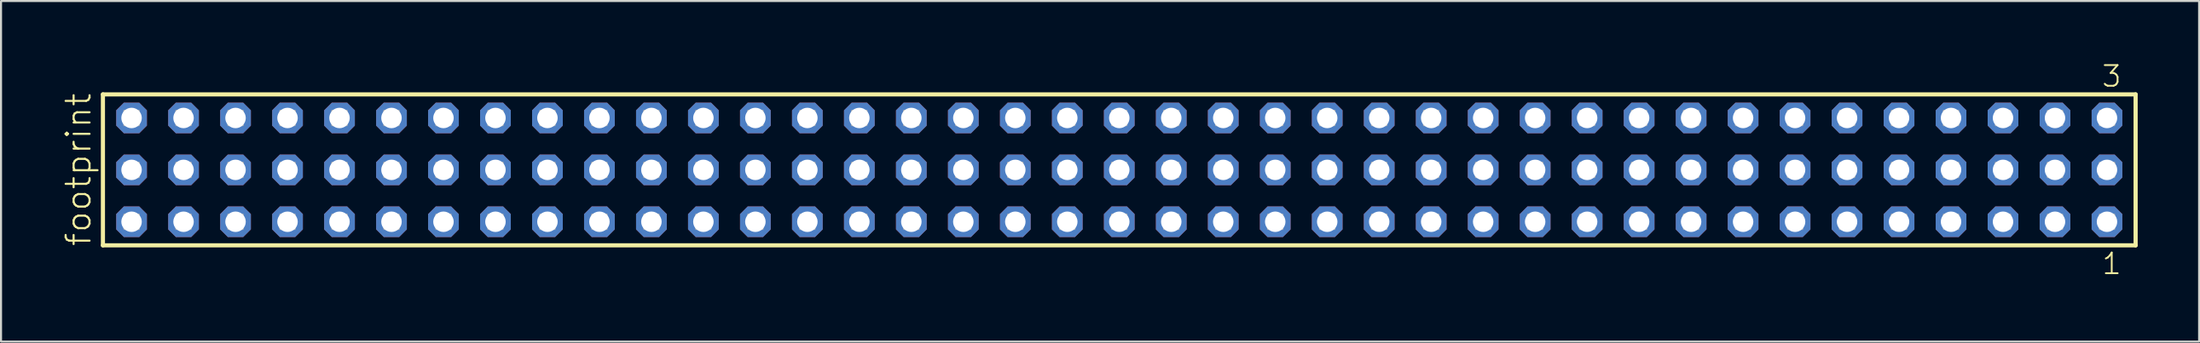
<source format=kicad_pcb>
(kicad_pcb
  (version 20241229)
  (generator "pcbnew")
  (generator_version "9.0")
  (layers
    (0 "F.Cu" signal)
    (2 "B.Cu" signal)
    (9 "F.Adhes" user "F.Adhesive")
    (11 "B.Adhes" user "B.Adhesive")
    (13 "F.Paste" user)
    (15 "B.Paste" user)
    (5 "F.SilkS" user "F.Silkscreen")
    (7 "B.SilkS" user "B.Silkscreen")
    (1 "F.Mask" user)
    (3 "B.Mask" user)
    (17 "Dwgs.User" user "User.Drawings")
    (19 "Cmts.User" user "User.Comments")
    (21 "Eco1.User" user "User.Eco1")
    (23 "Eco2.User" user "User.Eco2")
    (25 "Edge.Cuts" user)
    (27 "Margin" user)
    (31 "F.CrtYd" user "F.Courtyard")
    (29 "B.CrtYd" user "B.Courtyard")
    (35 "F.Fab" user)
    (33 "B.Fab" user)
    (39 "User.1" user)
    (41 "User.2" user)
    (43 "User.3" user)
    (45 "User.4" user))
  (footprint "footprint"
    (layer "F.Cu")
    (at 51.638 5.265)
    (property "Reference" "footprint" (at -50.165 3.81 90) (layer "F.SilkS") (effects (font (size 1.168 1.168) (thickness 0.102)) (justify left bottom)))
    (fp_line (start -49.659 -3.695) (end 49.659 -3.695) (stroke (width 0.203) (type solid)) (layer "F.SilkS"))
    (fp_line (start -49.659 3.695) (end -49.659 -3.695) (stroke (width 0.203) (type solid)) (layer "F.SilkS"))
    (fp_line (start 49.659 -3.695) (end 49.659 3.695) (stroke (width 0.203) (type solid)) (layer "F.SilkS"))
    (fp_line (start 49.659 3.695) (end -49.659 3.695) (stroke (width 0.203) (type solid)) (layer "F.SilkS"))
    (fp_poly (pts (xy -48.61 -2.19) (xy -47.91 -2.19) (xy -47.91 -2.89) (xy -48.61 -2.89)) (stroke (width 0.1) (type solid)) (fill no) (layer "F.Fab"))
    (fp_poly (pts (xy -48.61 0.35) (xy -47.91 0.35) (xy -47.91 -0.35) (xy -48.61 -0.35)) (stroke (width 0.1) (type solid)) (fill no) (layer "F.Fab"))
    (fp_poly (pts (xy -48.61 2.89) (xy -47.91 2.89) (xy -47.91 2.19) (xy -48.61 2.19)) (stroke (width 0.1) (type solid)) (fill no) (layer "F.Fab"))
    (fp_poly (pts (xy -46.07 -2.19) (xy -45.37 -2.19) (xy -45.37 -2.89) (xy -46.07 -2.89)) (stroke (width 0.1) (type solid)) (fill no) (layer "F.Fab"))
    (fp_poly (pts (xy -46.07 0.35) (xy -45.37 0.35) (xy -45.37 -0.35) (xy -46.07 -0.35)) (stroke (width 0.1) (type solid)) (fill no) (layer "F.Fab"))
    (fp_poly (pts (xy -46.07 2.89) (xy -45.37 2.89) (xy -45.37 2.19) (xy -46.07 2.19)) (stroke (width 0.1) (type solid)) (fill no) (layer "F.Fab"))
    (fp_poly (pts (xy -43.53 -2.19) (xy -42.83 -2.19) (xy -42.83 -2.89) (xy -43.53 -2.89)) (stroke (width 0.1) (type solid)) (fill no) (layer "F.Fab"))
    (fp_poly (pts (xy -43.53 0.35) (xy -42.83 0.35) (xy -42.83 -0.35) (xy -43.53 -0.35)) (stroke (width 0.1) (type solid)) (fill no) (layer "F.Fab"))
    (fp_poly (pts (xy -43.53 2.89) (xy -42.83 2.89) (xy -42.83 2.19) (xy -43.53 2.19)) (stroke (width 0.1) (type solid)) (fill no) (layer "F.Fab"))
    (fp_poly (pts (xy -40.99 -2.19) (xy -40.29 -2.19) (xy -40.29 -2.89) (xy -40.99 -2.89)) (stroke (width 0.1) (type solid)) (fill no) (layer "F.Fab"))
    (fp_poly (pts (xy -40.99 0.35) (xy -40.29 0.35) (xy -40.29 -0.35) (xy -40.99 -0.35)) (stroke (width 0.1) (type solid)) (fill no) (layer "F.Fab"))
    (fp_poly (pts (xy -40.99 2.89) (xy -40.29 2.89) (xy -40.29 2.19) (xy -40.99 2.19)) (stroke (width 0.1) (type solid)) (fill no) (layer "F.Fab"))
    (fp_poly (pts (xy -38.45 -2.19) (xy -37.75 -2.19) (xy -37.75 -2.89) (xy -38.45 -2.89)) (stroke (width 0.1) (type solid)) (fill no) (layer "F.Fab"))
    (fp_poly (pts (xy -38.45 0.35) (xy -37.75 0.35) (xy -37.75 -0.35) (xy -38.45 -0.35)) (stroke (width 0.1) (type solid)) (fill no) (layer "F.Fab"))
    (fp_poly (pts (xy -38.45 2.89) (xy -37.75 2.89) (xy -37.75 2.19) (xy -38.45 2.19)) (stroke (width 0.1) (type solid)) (fill no) (layer "F.Fab"))
    (fp_poly (pts (xy -35.91 -2.19) (xy -35.21 -2.19) (xy -35.21 -2.89) (xy -35.91 -2.89)) (stroke (width 0.1) (type solid)) (fill no) (layer "F.Fab"))
    (fp_poly (pts (xy -35.91 0.35) (xy -35.21 0.35) (xy -35.21 -0.35) (xy -35.91 -0.35)) (stroke (width 0.1) (type solid)) (fill no) (layer "F.Fab"))
    (fp_poly (pts (xy -35.91 2.89) (xy -35.21 2.89) (xy -35.21 2.19) (xy -35.91 2.19)) (stroke (width 0.1) (type solid)) (fill no) (layer "F.Fab"))
    (fp_poly (pts (xy -33.37 -2.19) (xy -32.67 -2.19) (xy -32.67 -2.89) (xy -33.37 -2.89)) (stroke (width 0.1) (type solid)) (fill no) (layer "F.Fab"))
    (fp_poly (pts (xy -33.37 0.35) (xy -32.67 0.35) (xy -32.67 -0.35) (xy -33.37 -0.35)) (stroke (width 0.1) (type solid)) (fill no) (layer "F.Fab"))
    (fp_poly (pts (xy -33.37 2.89) (xy -32.67 2.89) (xy -32.67 2.19) (xy -33.37 2.19)) (stroke (width 0.1) (type solid)) (fill no) (layer "F.Fab"))
    (fp_poly (pts (xy -30.83 -2.19) (xy -30.13 -2.19) (xy -30.13 -2.89) (xy -30.83 -2.89)) (stroke (width 0.1) (type solid)) (fill no) (layer "F.Fab"))
    (fp_poly (pts (xy -30.83 0.35) (xy -30.13 0.35) (xy -30.13 -0.35) (xy -30.83 -0.35)) (stroke (width 0.1) (type solid)) (fill no) (layer "F.Fab"))
    (fp_poly (pts (xy -30.83 2.89) (xy -30.13 2.89) (xy -30.13 2.19) (xy -30.83 2.19)) (stroke (width 0.1) (type solid)) (fill no) (layer "F.Fab"))
    (fp_poly (pts (xy -28.29 -2.19) (xy -27.59 -2.19) (xy -27.59 -2.89) (xy -28.29 -2.89)) (stroke (width 0.1) (type solid)) (fill no) (layer "F.Fab"))
    (fp_poly (pts (xy -28.29 0.35) (xy -27.59 0.35) (xy -27.59 -0.35) (xy -28.29 -0.35)) (stroke (width 0.1) (type solid)) (fill no) (layer "F.Fab"))
    (fp_poly (pts (xy -28.29 2.89) (xy -27.59 2.89) (xy -27.59 2.19) (xy -28.29 2.19)) (stroke (width 0.1) (type solid)) (fill no) (layer "F.Fab"))
    (fp_poly (pts (xy -25.75 -2.19) (xy -25.05 -2.19) (xy -25.05 -2.89) (xy -25.75 -2.89)) (stroke (width 0.1) (type solid)) (fill no) (layer "F.Fab"))
    (fp_poly (pts (xy -25.75 0.35) (xy -25.05 0.35) (xy -25.05 -0.35) (xy -25.75 -0.35)) (stroke (width 0.1) (type solid)) (fill no) (layer "F.Fab"))
    (fp_poly (pts (xy -25.75 2.89) (xy -25.05 2.89) (xy -25.05 2.19) (xy -25.75 2.19)) (stroke (width 0.1) (type solid)) (fill no) (layer "F.Fab"))
    (fp_poly (pts (xy -23.21 -2.19) (xy -22.51 -2.19) (xy -22.51 -2.89) (xy -23.21 -2.89)) (stroke (width 0.1) (type solid)) (fill no) (layer "F.Fab"))
    (fp_poly (pts (xy -23.21 0.35) (xy -22.51 0.35) (xy -22.51 -0.35) (xy -23.21 -0.35)) (stroke (width 0.1) (type solid)) (fill no) (layer "F.Fab"))
    (fp_poly (pts (xy -23.21 2.89) (xy -22.51 2.89) (xy -22.51 2.19) (xy -23.21 2.19)) (stroke (width 0.1) (type solid)) (fill no) (layer "F.Fab"))
    (fp_poly (pts (xy -20.67 -2.19) (xy -19.97 -2.19) (xy -19.97 -2.89) (xy -20.67 -2.89)) (stroke (width 0.1) (type solid)) (fill no) (layer "F.Fab"))
    (fp_poly (pts (xy -20.67 0.35) (xy -19.97 0.35) (xy -19.97 -0.35) (xy -20.67 -0.35)) (stroke (width 0.1) (type solid)) (fill no) (layer "F.Fab"))
    (fp_poly (pts (xy -20.67 2.89) (xy -19.97 2.89) (xy -19.97 2.19) (xy -20.67 2.19)) (stroke (width 0.1) (type solid)) (fill no) (layer "F.Fab"))
    (fp_poly (pts (xy -18.13 -2.19) (xy -17.43 -2.19) (xy -17.43 -2.89) (xy -18.13 -2.89)) (stroke (width 0.1) (type solid)) (fill no) (layer "F.Fab"))
    (fp_poly (pts (xy -18.13 0.35) (xy -17.43 0.35) (xy -17.43 -0.35) (xy -18.13 -0.35)) (stroke (width 0.1) (type solid)) (fill no) (layer "F.Fab"))
    (fp_poly (pts (xy -18.13 2.89) (xy -17.43 2.89) (xy -17.43 2.19) (xy -18.13 2.19)) (stroke (width 0.1) (type solid)) (fill no) (layer "F.Fab"))
    (fp_poly (pts (xy -15.59 -2.19) (xy -14.89 -2.19) (xy -14.89 -2.89) (xy -15.59 -2.89)) (stroke (width 0.1) (type solid)) (fill no) (layer "F.Fab"))
    (fp_poly (pts (xy -15.59 0.35) (xy -14.89 0.35) (xy -14.89 -0.35) (xy -15.59 -0.35)) (stroke (width 0.1) (type solid)) (fill no) (layer "F.Fab"))
    (fp_poly (pts (xy -15.59 2.89) (xy -14.89 2.89) (xy -14.89 2.19) (xy -15.59 2.19)) (stroke (width 0.1) (type solid)) (fill no) (layer "F.Fab"))
    (fp_poly (pts (xy -13.05 -2.19) (xy -12.35 -2.19) (xy -12.35 -2.89) (xy -13.05 -2.89)) (stroke (width 0.1) (type solid)) (fill no) (layer "F.Fab"))
    (fp_poly (pts (xy -13.05 0.35) (xy -12.35 0.35) (xy -12.35 -0.35) (xy -13.05 -0.35)) (stroke (width 0.1) (type solid)) (fill no) (layer "F.Fab"))
    (fp_poly (pts (xy -13.05 2.89) (xy -12.35 2.89) (xy -12.35 2.19) (xy -13.05 2.19)) (stroke (width 0.1) (type solid)) (fill no) (layer "F.Fab"))
    (fp_poly (pts (xy -10.51 -2.19) (xy -9.81 -2.19) (xy -9.81 -2.89) (xy -10.51 -2.89)) (stroke (width 0.1) (type solid)) (fill no) (layer "F.Fab"))
    (fp_poly (pts (xy -10.51 0.35) (xy -9.81 0.35) (xy -9.81 -0.35) (xy -10.51 -0.35)) (stroke (width 0.1) (type solid)) (fill no) (layer "F.Fab"))
    (fp_poly (pts (xy -10.51 2.89) (xy -9.81 2.89) (xy -9.81 2.19) (xy -10.51 2.19)) (stroke (width 0.1) (type solid)) (fill no) (layer "F.Fab"))
    (fp_poly (pts (xy -7.97 -2.19) (xy -7.27 -2.19) (xy -7.27 -2.89) (xy -7.97 -2.89)) (stroke (width 0.1) (type solid)) (fill no) (layer "F.Fab"))
    (fp_poly (pts (xy -7.97 0.35) (xy -7.27 0.35) (xy -7.27 -0.35) (xy -7.97 -0.35)) (stroke (width 0.1) (type solid)) (fill no) (layer "F.Fab"))
    (fp_poly (pts (xy -7.97 2.89) (xy -7.27 2.89) (xy -7.27 2.19) (xy -7.97 2.19)) (stroke (width 0.1) (type solid)) (fill no) (layer "F.Fab"))
    (fp_poly (pts (xy -5.43 -2.19) (xy -4.73 -2.19) (xy -4.73 -2.89) (xy -5.43 -2.89)) (stroke (width 0.1) (type solid)) (fill no) (layer "F.Fab"))
    (fp_poly (pts (xy -5.43 0.35) (xy -4.73 0.35) (xy -4.73 -0.35) (xy -5.43 -0.35)) (stroke (width 0.1) (type solid)) (fill no) (layer "F.Fab"))
    (fp_poly (pts (xy -5.43 2.89) (xy -4.73 2.89) (xy -4.73 2.19) (xy -5.43 2.19)) (stroke (width 0.1) (type solid)) (fill no) (layer "F.Fab"))
    (fp_poly (pts (xy -2.89 -2.19) (xy -2.19 -2.19) (xy -2.19 -2.89) (xy -2.89 -2.89)) (stroke (width 0.1) (type solid)) (fill no) (layer "F.Fab"))
    (fp_poly (pts (xy -2.89 0.35) (xy -2.19 0.35) (xy -2.19 -0.35) (xy -2.89 -0.35)) (stroke (width 0.1) (type solid)) (fill no) (layer "F.Fab"))
    (fp_poly (pts (xy -2.89 2.89) (xy -2.19 2.89) (xy -2.19 2.19) (xy -2.89 2.19)) (stroke (width 0.1) (type solid)) (fill no) (layer "F.Fab"))
    (fp_poly (pts (xy -0.35 -2.19) (xy 0.35 -2.19) (xy 0.35 -2.89) (xy -0.35 -2.89)) (stroke (width 0.1) (type solid)) (fill no) (layer "F.Fab"))
    (fp_poly (pts (xy -0.35 0.35) (xy 0.35 0.35) (xy 0.35 -0.35) (xy -0.35 -0.35)) (stroke (width 0.1) (type solid)) (fill no) (layer "F.Fab"))
    (fp_poly (pts (xy -0.35 2.89) (xy 0.35 2.89) (xy 0.35 2.19) (xy -0.35 2.19)) (stroke (width 0.1) (type solid)) (fill no) (layer "F.Fab"))
    (fp_poly (pts (xy 2.19 -2.19) (xy 2.89 -2.19) (xy 2.89 -2.89) (xy 2.19 -2.89)) (stroke (width 0.1) (type solid)) (fill no) (layer "F.Fab"))
    (fp_poly (pts (xy 2.19 0.35) (xy 2.89 0.35) (xy 2.89 -0.35) (xy 2.19 -0.35)) (stroke (width 0.1) (type solid)) (fill no) (layer "F.Fab"))
    (fp_poly (pts (xy 2.19 2.89) (xy 2.89 2.89) (xy 2.89 2.19) (xy 2.19 2.19)) (stroke (width 0.1) (type solid)) (fill no) (layer "F.Fab"))
    (fp_poly (pts (xy 4.73 -2.19) (xy 5.43 -2.19) (xy 5.43 -2.89) (xy 4.73 -2.89)) (stroke (width 0.1) (type solid)) (fill no) (layer "F.Fab"))
    (fp_poly (pts (xy 4.73 0.35) (xy 5.43 0.35) (xy 5.43 -0.35) (xy 4.73 -0.35)) (stroke (width 0.1) (type solid)) (fill no) (layer "F.Fab"))
    (fp_poly (pts (xy 4.73 2.89) (xy 5.43 2.89) (xy 5.43 2.19) (xy 4.73 2.19)) (stroke (width 0.1) (type solid)) (fill no) (layer "F.Fab"))
    (fp_poly (pts (xy 7.27 -2.19) (xy 7.97 -2.19) (xy 7.97 -2.89) (xy 7.27 -2.89)) (stroke (width 0.1) (type solid)) (fill no) (layer "F.Fab"))
    (fp_poly (pts (xy 7.27 0.35) (xy 7.97 0.35) (xy 7.97 -0.35) (xy 7.27 -0.35)) (stroke (width 0.1) (type solid)) (fill no) (layer "F.Fab"))
    (fp_poly (pts (xy 7.27 2.89) (xy 7.97 2.89) (xy 7.97 2.19) (xy 7.27 2.19)) (stroke (width 0.1) (type solid)) (fill no) (layer "F.Fab"))
    (fp_poly (pts (xy 9.81 -2.19) (xy 10.51 -2.19) (xy 10.51 -2.89) (xy 9.81 -2.89)) (stroke (width 0.1) (type solid)) (fill no) (layer "F.Fab"))
    (fp_poly (pts (xy 9.81 0.35) (xy 10.51 0.35) (xy 10.51 -0.35) (xy 9.81 -0.35)) (stroke (width 0.1) (type solid)) (fill no) (layer "F.Fab"))
    (fp_poly (pts (xy 9.81 2.89) (xy 10.51 2.89) (xy 10.51 2.19) (xy 9.81 2.19)) (stroke (width 0.1) (type solid)) (fill no) (layer "F.Fab"))
    (fp_poly (pts (xy 12.35 -2.19) (xy 13.05 -2.19) (xy 13.05 -2.89) (xy 12.35 -2.89)) (stroke (width 0.1) (type solid)) (fill no) (layer "F.Fab"))
    (fp_poly (pts (xy 12.35 0.35) (xy 13.05 0.35) (xy 13.05 -0.35) (xy 12.35 -0.35)) (stroke (width 0.1) (type solid)) (fill no) (layer "F.Fab"))
    (fp_poly (pts (xy 12.35 2.89) (xy 13.05 2.89) (xy 13.05 2.19) (xy 12.35 2.19)) (stroke (width 0.1) (type solid)) (fill no) (layer "F.Fab"))
    (fp_poly (pts (xy 14.89 -2.19) (xy 15.59 -2.19) (xy 15.59 -2.89) (xy 14.89 -2.89)) (stroke (width 0.1) (type solid)) (fill no) (layer "F.Fab"))
    (fp_poly (pts (xy 14.89 0.35) (xy 15.59 0.35) (xy 15.59 -0.35) (xy 14.89 -0.35)) (stroke (width 0.1) (type solid)) (fill no) (layer "F.Fab"))
    (fp_poly (pts (xy 14.89 2.89) (xy 15.59 2.89) (xy 15.59 2.19) (xy 14.89 2.19)) (stroke (width 0.1) (type solid)) (fill no) (layer "F.Fab"))
    (fp_poly (pts (xy 17.43 -2.19) (xy 18.13 -2.19) (xy 18.13 -2.89) (xy 17.43 -2.89)) (stroke (width 0.1) (type solid)) (fill no) (layer "F.Fab"))
    (fp_poly (pts (xy 17.43 0.35) (xy 18.13 0.35) (xy 18.13 -0.35) (xy 17.43 -0.35)) (stroke (width 0.1) (type solid)) (fill no) (layer "F.Fab"))
    (fp_poly (pts (xy 17.43 2.89) (xy 18.13 2.89) (xy 18.13 2.19) (xy 17.43 2.19)) (stroke (width 0.1) (type solid)) (fill no) (layer "F.Fab"))
    (fp_poly (pts (xy 19.97 -2.19) (xy 20.67 -2.19) (xy 20.67 -2.89) (xy 19.97 -2.89)) (stroke (width 0.1) (type solid)) (fill no) (layer "F.Fab"))
    (fp_poly (pts (xy 19.97 0.35) (xy 20.67 0.35) (xy 20.67 -0.35) (xy 19.97 -0.35)) (stroke (width 0.1) (type solid)) (fill no) (layer "F.Fab"))
    (fp_poly (pts (xy 19.97 2.89) (xy 20.67 2.89) (xy 20.67 2.19) (xy 19.97 2.19)) (stroke (width 0.1) (type solid)) (fill no) (layer "F.Fab"))
    (fp_poly (pts (xy 22.51 -2.19) (xy 23.21 -2.19) (xy 23.21 -2.89) (xy 22.51 -2.89)) (stroke (width 0.1) (type solid)) (fill no) (layer "F.Fab"))
    (fp_poly (pts (xy 22.51 0.35) (xy 23.21 0.35) (xy 23.21 -0.35) (xy 22.51 -0.35)) (stroke (width 0.1) (type solid)) (fill no) (layer "F.Fab"))
    (fp_poly (pts (xy 22.51 2.89) (xy 23.21 2.89) (xy 23.21 2.19) (xy 22.51 2.19)) (stroke (width 0.1) (type solid)) (fill no) (layer "F.Fab"))
    (fp_poly (pts (xy 25.05 -2.19) (xy 25.75 -2.19) (xy 25.75 -2.89) (xy 25.05 -2.89)) (stroke (width 0.1) (type solid)) (fill no) (layer "F.Fab"))
    (fp_poly (pts (xy 25.05 0.35) (xy 25.75 0.35) (xy 25.75 -0.35) (xy 25.05 -0.35)) (stroke (width 0.1) (type solid)) (fill no) (layer "F.Fab"))
    (fp_poly (pts (xy 25.05 2.89) (xy 25.75 2.89) (xy 25.75 2.19) (xy 25.05 2.19)) (stroke (width 0.1) (type solid)) (fill no) (layer "F.Fab"))
    (fp_poly (pts (xy 27.59 -2.19) (xy 28.29 -2.19) (xy 28.29 -2.89) (xy 27.59 -2.89)) (stroke (width 0.1) (type solid)) (fill no) (layer "F.Fab"))
    (fp_poly (pts (xy 27.59 0.35) (xy 28.29 0.35) (xy 28.29 -0.35) (xy 27.59 -0.35)) (stroke (width 0.1) (type solid)) (fill no) (layer "F.Fab"))
    (fp_poly (pts (xy 27.59 2.89) (xy 28.29 2.89) (xy 28.29 2.19) (xy 27.59 2.19)) (stroke (width 0.1) (type solid)) (fill no) (layer "F.Fab"))
    (fp_poly (pts (xy 30.13 -2.19) (xy 30.83 -2.19) (xy 30.83 -2.89) (xy 30.13 -2.89)) (stroke (width 0.1) (type solid)) (fill no) (layer "F.Fab"))
    (fp_poly (pts (xy 30.13 0.35) (xy 30.83 0.35) (xy 30.83 -0.35) (xy 30.13 -0.35)) (stroke (width 0.1) (type solid)) (fill no) (layer "F.Fab"))
    (fp_poly (pts (xy 30.13 2.89) (xy 30.83 2.89) (xy 30.83 2.19) (xy 30.13 2.19)) (stroke (width 0.1) (type solid)) (fill no) (layer "F.Fab"))
    (fp_poly (pts (xy 32.67 -2.19) (xy 33.37 -2.19) (xy 33.37 -2.89) (xy 32.67 -2.89)) (stroke (width 0.1) (type solid)) (fill no) (layer "F.Fab"))
    (fp_poly (pts (xy 32.67 0.35) (xy 33.37 0.35) (xy 33.37 -0.35) (xy 32.67 -0.35)) (stroke (width 0.1) (type solid)) (fill no) (layer "F.Fab"))
    (fp_poly (pts (xy 32.67 2.89) (xy 33.37 2.89) (xy 33.37 2.19) (xy 32.67 2.19)) (stroke (width 0.1) (type solid)) (fill no) (layer "F.Fab"))
    (fp_poly (pts (xy 35.21 -2.19) (xy 35.91 -2.19) (xy 35.91 -2.89) (xy 35.21 -2.89)) (stroke (width 0.1) (type solid)) (fill no) (layer "F.Fab"))
    (fp_poly (pts (xy 35.21 0.35) (xy 35.91 0.35) (xy 35.91 -0.35) (xy 35.21 -0.35)) (stroke (width 0.1) (type solid)) (fill no) (layer "F.Fab"))
    (fp_poly (pts (xy 35.21 2.89) (xy 35.91 2.89) (xy 35.91 2.19) (xy 35.21 2.19)) (stroke (width 0.1) (type solid)) (fill no) (layer "F.Fab"))
    (fp_poly (pts (xy 37.75 -2.19) (xy 38.45 -2.19) (xy 38.45 -2.89) (xy 37.75 -2.89)) (stroke (width 0.1) (type solid)) (fill no) (layer "F.Fab"))
    (fp_poly (pts (xy 37.75 0.35) (xy 38.45 0.35) (xy 38.45 -0.35) (xy 37.75 -0.35)) (stroke (width 0.1) (type solid)) (fill no) (layer "F.Fab"))
    (fp_poly (pts (xy 37.75 2.89) (xy 38.45 2.89) (xy 38.45 2.19) (xy 37.75 2.19)) (stroke (width 0.1) (type solid)) (fill no) (layer "F.Fab"))
    (fp_poly (pts (xy 40.29 -2.19) (xy 40.99 -2.19) (xy 40.99 -2.89) (xy 40.29 -2.89)) (stroke (width 0.1) (type solid)) (fill no) (layer "F.Fab"))
    (fp_poly (pts (xy 40.29 0.35) (xy 40.99 0.35) (xy 40.99 -0.35) (xy 40.29 -0.35)) (stroke (width 0.1) (type solid)) (fill no) (layer "F.Fab"))
    (fp_poly (pts (xy 40.29 2.89) (xy 40.99 2.89) (xy 40.99 2.19) (xy 40.29 2.19)) (stroke (width 0.1) (type solid)) (fill no) (layer "F.Fab"))
    (fp_poly (pts (xy 42.83 -2.19) (xy 43.53 -2.19) (xy 43.53 -2.89) (xy 42.83 -2.89)) (stroke (width 0.1) (type solid)) (fill no) (layer "F.Fab"))
    (fp_poly (pts (xy 42.83 0.35) (xy 43.53 0.35) (xy 43.53 -0.35) (xy 42.83 -0.35)) (stroke (width 0.1) (type solid)) (fill no) (layer "F.Fab"))
    (fp_poly (pts (xy 42.83 2.89) (xy 43.53 2.89) (xy 43.53 2.19) (xy 42.83 2.19)) (stroke (width 0.1) (type solid)) (fill no) (layer "F.Fab"))
    (fp_poly (pts (xy 45.37 -2.19) (xy 46.07 -2.19) (xy 46.07 -2.89) (xy 45.37 -2.89)) (stroke (width 0.1) (type solid)) (fill no) (layer "F.Fab"))
    (fp_poly (pts (xy 45.37 0.35) (xy 46.07 0.35) (xy 46.07 -0.35) (xy 45.37 -0.35)) (stroke (width 0.1) (type solid)) (fill no) (layer "F.Fab"))
    (fp_poly (pts (xy 45.37 2.89) (xy 46.07 2.89) (xy 46.07 2.19) (xy 45.37 2.19)) (stroke (width 0.1) (type solid)) (fill no) (layer "F.Fab"))
    (fp_poly (pts (xy 47.91 -2.19) (xy 48.61 -2.19) (xy 48.61 -2.89) (xy 47.91 -2.89)) (stroke (width 0.1) (type solid)) (fill no) (layer "F.Fab"))
    (fp_poly (pts (xy 47.91 0.35) (xy 48.61 0.35) (xy 48.61 -0.35) (xy 47.91 -0.35)) (stroke (width 0.1) (type solid)) (fill no) (layer "F.Fab"))
    (fp_poly (pts (xy 47.91 2.89) (xy 48.61 2.89) (xy 48.61 2.19) (xy 47.91 2.19)) (stroke (width 0.1) (type solid)) (fill no) (layer "F.Fab"))
    (fp_text user "3" (at 47.948 -3.989 0) (layer "F.SilkS") (effects (font (size 1.012 1.012) (thickness 0.088)) (justify left bottom)))
    (fp_text user "1" (at 47.952 5.188 0) (layer "F.SilkS") (effects (font (size 1.012 1.012) (thickness 0.088)) (justify left bottom)))
    (pad "1" thru_hole roundrect (at 48.26 2.54 180) (size 1.5 1.5) (drill 1) (layers "*.Cu" "*.Mask") (roundrect_rratio 0.25) (chamfer_ratio 0.25) (chamfer top_left top_right bottom_left bottom_right))
    (pad "2" thru_hole roundrect (at 48.26 0 180) (size 1.5 1.5) (drill 1) (layers "*.Cu" "*.Mask") (roundrect_rratio 0.25) (chamfer_ratio 0.25) (chamfer top_left top_right bottom_left bottom_right))
    (pad "3" thru_hole roundrect (at 48.26 -2.54 180) (size 1.5 1.5) (drill 1) (layers "*.Cu" "*.Mask") (roundrect_rratio 0.25) (chamfer_ratio 0.25) (chamfer top_left top_right bottom_left bottom_right))
    (pad "4" thru_hole roundrect (at 45.72 2.54 180) (size 1.5 1.5) (drill 1) (layers "*.Cu" "*.Mask") (roundrect_rratio 0.25) (chamfer_ratio 0.25) (chamfer top_left top_right bottom_left bottom_right))
    (pad "5" thru_hole roundrect (at 45.72 0 180) (size 1.5 1.5) (drill 1) (layers "*.Cu" "*.Mask") (roundrect_rratio 0.25) (chamfer_ratio 0.25) (chamfer top_left top_right bottom_left bottom_right))
    (pad "6" thru_hole roundrect (at 45.72 -2.54 180) (size 1.5 1.5) (drill 1) (layers "*.Cu" "*.Mask") (roundrect_rratio 0.25) (chamfer_ratio 0.25) (chamfer top_left top_right bottom_left bottom_right))
    (pad "7" thru_hole roundrect (at 43.18 2.54 180) (size 1.5 1.5) (drill 1) (layers "*.Cu" "*.Mask") (roundrect_rratio 0.25) (chamfer_ratio 0.25) (chamfer top_left top_right bottom_left bottom_right))
    (pad "8" thru_hole roundrect (at 43.18 0 180) (size 1.5 1.5) (drill 1) (layers "*.Cu" "*.Mask") (roundrect_rratio 0.25) (chamfer_ratio 0.25) (chamfer top_left top_right bottom_left bottom_right))
    (pad "9" thru_hole roundrect (at 43.18 -2.54 180) (size 1.5 1.5) (drill 1) (layers "*.Cu" "*.Mask") (roundrect_rratio 0.25) (chamfer_ratio 0.25) (chamfer top_left top_right bottom_left bottom_right))
    (pad "10" thru_hole roundrect (at 40.64 2.54 180) (size 1.5 1.5) (drill 1) (layers "*.Cu" "*.Mask") (roundrect_rratio 0.25) (chamfer_ratio 0.25) (chamfer top_left top_right bottom_left bottom_right))
    (pad "11" thru_hole roundrect (at 40.64 0 180) (size 1.5 1.5) (drill 1) (layers "*.Cu" "*.Mask") (roundrect_rratio 0.25) (chamfer_ratio 0.25) (chamfer top_left top_right bottom_left bottom_right))
    (pad "12" thru_hole roundrect (at 40.64 -2.54 180) (size 1.5 1.5) (drill 1) (layers "*.Cu" "*.Mask") (roundrect_rratio 0.25) (chamfer_ratio 0.25) (chamfer top_left top_right bottom_left bottom_right))
    (pad "13" thru_hole roundrect (at 38.1 2.54 180) (size 1.5 1.5) (drill 1) (layers "*.Cu" "*.Mask") (roundrect_rratio 0.25) (chamfer_ratio 0.25) (chamfer top_left top_right bottom_left bottom_right))
    (pad "14" thru_hole roundrect (at 38.1 0 180) (size 1.5 1.5) (drill 1) (layers "*.Cu" "*.Mask") (roundrect_rratio 0.25) (chamfer_ratio 0.25) (chamfer top_left top_right bottom_left bottom_right))
    (pad "15" thru_hole roundrect (at 38.1 -2.54 180) (size 1.5 1.5) (drill 1) (layers "*.Cu" "*.Mask") (roundrect_rratio 0.25) (chamfer_ratio 0.25) (chamfer top_left top_right bottom_left bottom_right))
    (pad "16" thru_hole roundrect (at 35.56 2.54 180) (size 1.5 1.5) (drill 1) (layers "*.Cu" "*.Mask") (roundrect_rratio 0.25) (chamfer_ratio 0.25) (chamfer top_left top_right bottom_left bottom_right))
    (pad "17" thru_hole roundrect (at 35.56 0 180) (size 1.5 1.5) (drill 1) (layers "*.Cu" "*.Mask") (roundrect_rratio 0.25) (chamfer_ratio 0.25) (chamfer top_left top_right bottom_left bottom_right))
    (pad "18" thru_hole roundrect (at 35.56 -2.54 180) (size 1.5 1.5) (drill 1) (layers "*.Cu" "*.Mask") (roundrect_rratio 0.25) (chamfer_ratio 0.25) (chamfer top_left top_right bottom_left bottom_right))
    (pad "19" thru_hole roundrect (at 33.02 2.54 180) (size 1.5 1.5) (drill 1) (layers "*.Cu" "*.Mask") (roundrect_rratio 0.25) (chamfer_ratio 0.25) (chamfer top_left top_right bottom_left bottom_right))
    (pad "20" thru_hole roundrect (at 33.02 0 180) (size 1.5 1.5) (drill 1) (layers "*.Cu" "*.Mask") (roundrect_rratio 0.25) (chamfer_ratio 0.25) (chamfer top_left top_right bottom_left bottom_right))
    (pad "21" thru_hole roundrect (at 33.02 -2.54 180) (size 1.5 1.5) (drill 1) (layers "*.Cu" "*.Mask") (roundrect_rratio 0.25) (chamfer_ratio 0.25) (chamfer top_left top_right bottom_left bottom_right))
    (pad "22" thru_hole roundrect (at 30.48 2.54 180) (size 1.5 1.5) (drill 1) (layers "*.Cu" "*.Mask") (roundrect_rratio 0.25) (chamfer_ratio 0.25) (chamfer top_left top_right bottom_left bottom_right))
    (pad "23" thru_hole roundrect (at 30.48 0 180) (size 1.5 1.5) (drill 1) (layers "*.Cu" "*.Mask") (roundrect_rratio 0.25) (chamfer_ratio 0.25) (chamfer top_left top_right bottom_left bottom_right))
    (pad "24" thru_hole roundrect (at 30.48 -2.54 180) (size 1.5 1.5) (drill 1) (layers "*.Cu" "*.Mask") (roundrect_rratio 0.25) (chamfer_ratio 0.25) (chamfer top_left top_right bottom_left bottom_right))
    (pad "25" thru_hole roundrect (at 27.94 2.54 180) (size 1.5 1.5) (drill 1) (layers "*.Cu" "*.Mask") (roundrect_rratio 0.25) (chamfer_ratio 0.25) (chamfer top_left top_right bottom_left bottom_right))
    (pad "26" thru_hole roundrect (at 27.94 0 180) (size 1.5 1.5) (drill 1) (layers "*.Cu" "*.Mask") (roundrect_rratio 0.25) (chamfer_ratio 0.25) (chamfer top_left top_right bottom_left bottom_right))
    (pad "27" thru_hole roundrect (at 27.94 -2.54 180) (size 1.5 1.5) (drill 1) (layers "*.Cu" "*.Mask") (roundrect_rratio 0.25) (chamfer_ratio 0.25) (chamfer top_left top_right bottom_left bottom_right))
    (pad "28" thru_hole roundrect (at 25.4 2.54 180) (size 1.5 1.5) (drill 1) (layers "*.Cu" "*.Mask") (roundrect_rratio 0.25) (chamfer_ratio 0.25) (chamfer top_left top_right bottom_left bottom_right))
    (pad "29" thru_hole roundrect (at 25.4 0 180) (size 1.5 1.5) (drill 1) (layers "*.Cu" "*.Mask") (roundrect_rratio 0.25) (chamfer_ratio 0.25) (chamfer top_left top_right bottom_left bottom_right))
    (pad "30" thru_hole roundrect (at 25.4 -2.54 180) (size 1.5 1.5) (drill 1) (layers "*.Cu" "*.Mask") (roundrect_rratio 0.25) (chamfer_ratio 0.25) (chamfer top_left top_right bottom_left bottom_right))
    (pad "31" thru_hole roundrect (at 22.86 2.54 180) (size 1.5 1.5) (drill 1) (layers "*.Cu" "*.Mask") (roundrect_rratio 0.25) (chamfer_ratio 0.25) (chamfer top_left top_right bottom_left bottom_right))
    (pad "32" thru_hole roundrect (at 22.86 0 180) (size 1.5 1.5) (drill 1) (layers "*.Cu" "*.Mask") (roundrect_rratio 0.25) (chamfer_ratio 0.25) (chamfer top_left top_right bottom_left bottom_right))
    (pad "33" thru_hole roundrect (at 22.86 -2.54 180) (size 1.5 1.5) (drill 1) (layers "*.Cu" "*.Mask") (roundrect_rratio 0.25) (chamfer_ratio 0.25) (chamfer top_left top_right bottom_left bottom_right))
    (pad "34" thru_hole roundrect (at 20.32 2.54 180) (size 1.5 1.5) (drill 1) (layers "*.Cu" "*.Mask") (roundrect_rratio 0.25) (chamfer_ratio 0.25) (chamfer top_left top_right bottom_left bottom_right))
    (pad "35" thru_hole roundrect (at 20.32 0 180) (size 1.5 1.5) (drill 1) (layers "*.Cu" "*.Mask") (roundrect_rratio 0.25) (chamfer_ratio 0.25) (chamfer top_left top_right bottom_left bottom_right))
    (pad "36" thru_hole roundrect (at 20.32 -2.54 180) (size 1.5 1.5) (drill 1) (layers "*.Cu" "*.Mask") (roundrect_rratio 0.25) (chamfer_ratio 0.25) (chamfer top_left top_right bottom_left bottom_right))
    (pad "37" thru_hole roundrect (at 17.78 2.54 180) (size 1.5 1.5) (drill 1) (layers "*.Cu" "*.Mask") (roundrect_rratio 0.25) (chamfer_ratio 0.25) (chamfer top_left top_right bottom_left bottom_right))
    (pad "38" thru_hole roundrect (at 17.78 0 180) (size 1.5 1.5) (drill 1) (layers "*.Cu" "*.Mask") (roundrect_rratio 0.25) (chamfer_ratio 0.25) (chamfer top_left top_right bottom_left bottom_right))
    (pad "39" thru_hole roundrect (at 17.78 -2.54 180) (size 1.5 1.5) (drill 1) (layers "*.Cu" "*.Mask") (roundrect_rratio 0.25) (chamfer_ratio 0.25) (chamfer top_left top_right bottom_left bottom_right))
    (pad "40" thru_hole roundrect (at 15.24 2.54 180) (size 1.5 1.5) (drill 1) (layers "*.Cu" "*.Mask") (roundrect_rratio 0.25) (chamfer_ratio 0.25) (chamfer top_left top_right bottom_left bottom_right))
    (pad "41" thru_hole roundrect (at 15.24 0 180) (size 1.5 1.5) (drill 1) (layers "*.Cu" "*.Mask") (roundrect_rratio 0.25) (chamfer_ratio 0.25) (chamfer top_left top_right bottom_left bottom_right))
    (pad "42" thru_hole roundrect (at 15.24 -2.54 180) (size 1.5 1.5) (drill 1) (layers "*.Cu" "*.Mask") (roundrect_rratio 0.25) (chamfer_ratio 0.25) (chamfer top_left top_right bottom_left bottom_right))
    (pad "43" thru_hole roundrect (at 12.7 2.54 180) (size 1.5 1.5) (drill 1) (layers "*.Cu" "*.Mask") (roundrect_rratio 0.25) (chamfer_ratio 0.25) (chamfer top_left top_right bottom_left bottom_right))
    (pad "44" thru_hole roundrect (at 12.7 0 180) (size 1.5 1.5) (drill 1) (layers "*.Cu" "*.Mask") (roundrect_rratio 0.25) (chamfer_ratio 0.25) (chamfer top_left top_right bottom_left bottom_right))
    (pad "45" thru_hole roundrect (at 12.7 -2.54 180) (size 1.5 1.5) (drill 1) (layers "*.Cu" "*.Mask") (roundrect_rratio 0.25) (chamfer_ratio 0.25) (chamfer top_left top_right bottom_left bottom_right))
    (pad "46" thru_hole roundrect (at 10.16 2.54 180) (size 1.5 1.5) (drill 1) (layers "*.Cu" "*.Mask") (roundrect_rratio 0.25) (chamfer_ratio 0.25) (chamfer top_left top_right bottom_left bottom_right))
    (pad "47" thru_hole roundrect (at 10.16 0 180) (size 1.5 1.5) (drill 1) (layers "*.Cu" "*.Mask") (roundrect_rratio 0.25) (chamfer_ratio 0.25) (chamfer top_left top_right bottom_left bottom_right))
    (pad "48" thru_hole roundrect (at 10.16 -2.54 180) (size 1.5 1.5) (drill 1) (layers "*.Cu" "*.Mask") (roundrect_rratio 0.25) (chamfer_ratio 0.25) (chamfer top_left top_right bottom_left bottom_right))
    (pad "49" thru_hole roundrect (at 7.62 2.54 180) (size 1.5 1.5) (drill 1) (layers "*.Cu" "*.Mask") (roundrect_rratio 0.25) (chamfer_ratio 0.25) (chamfer top_left top_right bottom_left bottom_right))
    (pad "50" thru_hole roundrect (at 7.62 0 180) (size 1.5 1.5) (drill 1) (layers "*.Cu" "*.Mask") (roundrect_rratio 0.25) (chamfer_ratio 0.25) (chamfer top_left top_right bottom_left bottom_right))
    (pad "51" thru_hole roundrect (at 7.62 -2.54 180) (size 1.5 1.5) (drill 1) (layers "*.Cu" "*.Mask") (roundrect_rratio 0.25) (chamfer_ratio 0.25) (chamfer top_left top_right bottom_left bottom_right))
    (pad "52" thru_hole roundrect (at 5.08 2.54 180) (size 1.5 1.5) (drill 1) (layers "*.Cu" "*.Mask") (roundrect_rratio 0.25) (chamfer_ratio 0.25) (chamfer top_left top_right bottom_left bottom_right))
    (pad "53" thru_hole roundrect (at 5.08 0 180) (size 1.5 1.5) (drill 1) (layers "*.Cu" "*.Mask") (roundrect_rratio 0.25) (chamfer_ratio 0.25) (chamfer top_left top_right bottom_left bottom_right))
    (pad "54" thru_hole roundrect (at 5.08 -2.54 180) (size 1.5 1.5) (drill 1) (layers "*.Cu" "*.Mask") (roundrect_rratio 0.25) (chamfer_ratio 0.25) (chamfer top_left top_right bottom_left bottom_right))
    (pad "55" thru_hole roundrect (at 2.54 2.54 180) (size 1.5 1.5) (drill 1) (layers "*.Cu" "*.Mask") (roundrect_rratio 0.25) (chamfer_ratio 0.25) (chamfer top_left top_right bottom_left bottom_right))
    (pad "56" thru_hole roundrect (at 2.54 0 180) (size 1.5 1.5) (drill 1) (layers "*.Cu" "*.Mask") (roundrect_rratio 0.25) (chamfer_ratio 0.25) (chamfer top_left top_right bottom_left bottom_right))
    (pad "57" thru_hole roundrect (at 2.54 -2.54 180) (size 1.5 1.5) (drill 1) (layers "*.Cu" "*.Mask") (roundrect_rratio 0.25) (chamfer_ratio 0.25) (chamfer top_left top_right bottom_left bottom_right))
    (pad "58" thru_hole roundrect (at 0 2.54 180) (size 1.5 1.5) (drill 1) (layers "*.Cu" "*.Mask") (roundrect_rratio 0.25) (chamfer_ratio 0.25) (chamfer top_left top_right bottom_left bottom_right))
    (pad "59" thru_hole roundrect (at 0 0 180) (size 1.5 1.5) (drill 1) (layers "*.Cu" "*.Mask") (roundrect_rratio 0.25) (chamfer_ratio 0.25) (chamfer top_left top_right bottom_left bottom_right))
    (pad "60" thru_hole roundrect (at 0 -2.54 180) (size 1.5 1.5) (drill 1) (layers "*.Cu" "*.Mask") (roundrect_rratio 0.25) (chamfer_ratio 0.25) (chamfer top_left top_right bottom_left bottom_right))
    (pad "61" thru_hole roundrect (at -2.54 2.54 180) (size 1.5 1.5) (drill 1) (layers "*.Cu" "*.Mask") (roundrect_rratio 0.25) (chamfer_ratio 0.25) (chamfer top_left top_right bottom_left bottom_right))
    (pad "62" thru_hole roundrect (at -2.54 0 180) (size 1.5 1.5) (drill 1) (layers "*.Cu" "*.Mask") (roundrect_rratio 0.25) (chamfer_ratio 0.25) (chamfer top_left top_right bottom_left bottom_right))
    (pad "63" thru_hole roundrect (at -2.54 -2.54 180) (size 1.5 1.5) (drill 1) (layers "*.Cu" "*.Mask") (roundrect_rratio 0.25) (chamfer_ratio 0.25) (chamfer top_left top_right bottom_left bottom_right))
    (pad "64" thru_hole roundrect (at -5.08 2.54 180) (size 1.5 1.5) (drill 1) (layers "*.Cu" "*.Mask") (roundrect_rratio 0.25) (chamfer_ratio 0.25) (chamfer top_left top_right bottom_left bottom_right))
    (pad "65" thru_hole roundrect (at -5.08 0 180) (size 1.5 1.5) (drill 1) (layers "*.Cu" "*.Mask") (roundrect_rratio 0.25) (chamfer_ratio 0.25) (chamfer top_left top_right bottom_left bottom_right))
    (pad "66" thru_hole roundrect (at -5.08 -2.54 180) (size 1.5 1.5) (drill 1) (layers "*.Cu" "*.Mask") (roundrect_rratio 0.25) (chamfer_ratio 0.25) (chamfer top_left top_right bottom_left bottom_right))
    (pad "67" thru_hole roundrect (at -7.62 2.54 180) (size 1.5 1.5) (drill 1) (layers "*.Cu" "*.Mask") (roundrect_rratio 0.25) (chamfer_ratio 0.25) (chamfer top_left top_right bottom_left bottom_right))
    (pad "68" thru_hole roundrect (at -7.62 0 180) (size 1.5 1.5) (drill 1) (layers "*.Cu" "*.Mask") (roundrect_rratio 0.25) (chamfer_ratio 0.25) (chamfer top_left top_right bottom_left bottom_right))
    (pad "69" thru_hole roundrect (at -7.62 -2.54 180) (size 1.5 1.5) (drill 1) (layers "*.Cu" "*.Mask") (roundrect_rratio 0.25) (chamfer_ratio 0.25) (chamfer top_left top_right bottom_left bottom_right))
    (pad "70" thru_hole roundrect (at -10.16 2.54 180) (size 1.5 1.5) (drill 1) (layers "*.Cu" "*.Mask") (roundrect_rratio 0.25) (chamfer_ratio 0.25) (chamfer top_left top_right bottom_left bottom_right))
    (pad "71" thru_hole roundrect (at -10.16 0 180) (size 1.5 1.5) (drill 1) (layers "*.Cu" "*.Mask") (roundrect_rratio 0.25) (chamfer_ratio 0.25) (chamfer top_left top_right bottom_left bottom_right))
    (pad "72" thru_hole roundrect (at -10.16 -2.54 180) (size 1.5 1.5) (drill 1) (layers "*.Cu" "*.Mask") (roundrect_rratio 0.25) (chamfer_ratio 0.25) (chamfer top_left top_right bottom_left bottom_right))
    (pad "73" thru_hole roundrect (at -12.7 2.54 180) (size 1.5 1.5) (drill 1) (layers "*.Cu" "*.Mask") (roundrect_rratio 0.25) (chamfer_ratio 0.25) (chamfer top_left top_right bottom_left bottom_right))
    (pad "74" thru_hole roundrect (at -12.7 0 180) (size 1.5 1.5) (drill 1) (layers "*.Cu" "*.Mask") (roundrect_rratio 0.25) (chamfer_ratio 0.25) (chamfer top_left top_right bottom_left bottom_right))
    (pad "75" thru_hole roundrect (at -12.7 -2.54 180) (size 1.5 1.5) (drill 1) (layers "*.Cu" "*.Mask") (roundrect_rratio 0.25) (chamfer_ratio 0.25) (chamfer top_left top_right bottom_left bottom_right))
    (pad "76" thru_hole roundrect (at -15.24 2.54 180) (size 1.5 1.5) (drill 1) (layers "*.Cu" "*.Mask") (roundrect_rratio 0.25) (chamfer_ratio 0.25) (chamfer top_left top_right bottom_left bottom_right))
    (pad "77" thru_hole roundrect (at -15.24 0 180) (size 1.5 1.5) (drill 1) (layers "*.Cu" "*.Mask") (roundrect_rratio 0.25) (chamfer_ratio 0.25) (chamfer top_left top_right bottom_left bottom_right))
    (pad "78" thru_hole roundrect (at -15.24 -2.54 180) (size 1.5 1.5) (drill 1) (layers "*.Cu" "*.Mask") (roundrect_rratio 0.25) (chamfer_ratio 0.25) (chamfer top_left top_right bottom_left bottom_right))
    (pad "79" thru_hole roundrect (at -17.78 2.54 180) (size 1.5 1.5) (drill 1) (layers "*.Cu" "*.Mask") (roundrect_rratio 0.25) (chamfer_ratio 0.25) (chamfer top_left top_right bottom_left bottom_right))
    (pad "80" thru_hole roundrect (at -17.78 0 180) (size 1.5 1.5) (drill 1) (layers "*.Cu" "*.Mask") (roundrect_rratio 0.25) (chamfer_ratio 0.25) (chamfer top_left top_right bottom_left bottom_right))
    (pad "81" thru_hole roundrect (at -17.78 -2.54 180) (size 1.5 1.5) (drill 1) (layers "*.Cu" "*.Mask") (roundrect_rratio 0.25) (chamfer_ratio 0.25) (chamfer top_left top_right bottom_left bottom_right))
    (pad "82" thru_hole roundrect (at -20.32 2.54 180) (size 1.5 1.5) (drill 1) (layers "*.Cu" "*.Mask") (roundrect_rratio 0.25) (chamfer_ratio 0.25) (chamfer top_left top_right bottom_left bottom_right))
    (pad "83" thru_hole roundrect (at -20.32 0 180) (size 1.5 1.5) (drill 1) (layers "*.Cu" "*.Mask") (roundrect_rratio 0.25) (chamfer_ratio 0.25) (chamfer top_left top_right bottom_left bottom_right))
    (pad "84" thru_hole roundrect (at -20.32 -2.54 180) (size 1.5 1.5) (drill 1) (layers "*.Cu" "*.Mask") (roundrect_rratio 0.25) (chamfer_ratio 0.25) (chamfer top_left top_right bottom_left bottom_right))
    (pad "85" thru_hole roundrect (at -22.86 2.54 180) (size 1.5 1.5) (drill 1) (layers "*.Cu" "*.Mask") (roundrect_rratio 0.25) (chamfer_ratio 0.25) (chamfer top_left top_right bottom_left bottom_right))
    (pad "86" thru_hole roundrect (at -22.86 0 180) (size 1.5 1.5) (drill 1) (layers "*.Cu" "*.Mask") (roundrect_rratio 0.25) (chamfer_ratio 0.25) (chamfer top_left top_right bottom_left bottom_right))
    (pad "87" thru_hole roundrect (at -22.86 -2.54 180) (size 1.5 1.5) (drill 1) (layers "*.Cu" "*.Mask") (roundrect_rratio 0.25) (chamfer_ratio 0.25) (chamfer top_left top_right bottom_left bottom_right))
    (pad "88" thru_hole roundrect (at -25.4 2.54 180) (size 1.5 1.5) (drill 1) (layers "*.Cu" "*.Mask") (roundrect_rratio 0.25) (chamfer_ratio 0.25) (chamfer top_left top_right bottom_left bottom_right))
    (pad "89" thru_hole roundrect (at -25.4 0 180) (size 1.5 1.5) (drill 1) (layers "*.Cu" "*.Mask") (roundrect_rratio 0.25) (chamfer_ratio 0.25) (chamfer top_left top_right bottom_left bottom_right))
    (pad "90" thru_hole roundrect (at -25.4 -2.54 180) (size 1.5 1.5) (drill 1) (layers "*.Cu" "*.Mask") (roundrect_rratio 0.25) (chamfer_ratio 0.25) (chamfer top_left top_right bottom_left bottom_right))
    (pad "91" thru_hole roundrect (at -27.94 2.54 180) (size 1.5 1.5) (drill 1) (layers "*.Cu" "*.Mask") (roundrect_rratio 0.25) (chamfer_ratio 0.25) (chamfer top_left top_right bottom_left bottom_right))
    (pad "92" thru_hole roundrect (at -27.94 0 180) (size 1.5 1.5) (drill 1) (layers "*.Cu" "*.Mask") (roundrect_rratio 0.25) (chamfer_ratio 0.25) (chamfer top_left top_right bottom_left bottom_right))
    (pad "93" thru_hole roundrect (at -27.94 -2.54 180) (size 1.5 1.5) (drill 1) (layers "*.Cu" "*.Mask") (roundrect_rratio 0.25) (chamfer_ratio 0.25) (chamfer top_left top_right bottom_left bottom_right))
    (pad "94" thru_hole roundrect (at -30.48 2.54 180) (size 1.5 1.5) (drill 1) (layers "*.Cu" "*.Mask") (roundrect_rratio 0.25) (chamfer_ratio 0.25) (chamfer top_left top_right bottom_left bottom_right))
    (pad "95" thru_hole roundrect (at -30.48 0 180) (size 1.5 1.5) (drill 1) (layers "*.Cu" "*.Mask") (roundrect_rratio 0.25) (chamfer_ratio 0.25) (chamfer top_left top_right bottom_left bottom_right))
    (pad "96" thru_hole roundrect (at -30.48 -2.54 180) (size 1.5 1.5) (drill 1) (layers "*.Cu" "*.Mask") (roundrect_rratio 0.25) (chamfer_ratio 0.25) (chamfer top_left top_right bottom_left bottom_right))
    (pad "97" thru_hole roundrect (at -33.02 2.54 180) (size 1.5 1.5) (drill 1) (layers "*.Cu" "*.Mask") (roundrect_rratio 0.25) (chamfer_ratio 0.25) (chamfer top_left top_right bottom_left bottom_right))
    (pad "98" thru_hole roundrect (at -33.02 0 180) (size 1.5 1.5) (drill 1) (layers "*.Cu" "*.Mask") (roundrect_rratio 0.25) (chamfer_ratio 0.25) (chamfer top_left top_right bottom_left bottom_right))
    (pad "99" thru_hole roundrect (at -33.02 -2.54 180) (size 1.5 1.5) (drill 1) (layers "*.Cu" "*.Mask") (roundrect_rratio 0.25) (chamfer_ratio 0.25) (chamfer top_left top_right bottom_left bottom_right))
    (pad "100" thru_hole roundrect (at -35.56 2.54 180) (size 1.5 1.5) (drill 1) (layers "*.Cu" "*.Mask") (roundrect_rratio 0.25) (chamfer_ratio 0.25) (chamfer top_left top_right bottom_left bottom_right))
    (pad "101" thru_hole roundrect (at -35.56 0 180) (size 1.5 1.5) (drill 1) (layers "*.Cu" "*.Mask") (roundrect_rratio 0.25) (chamfer_ratio 0.25) (chamfer top_left top_right bottom_left bottom_right))
    (pad "102" thru_hole roundrect (at -35.56 -2.54 180) (size 1.5 1.5) (drill 1) (layers "*.Cu" "*.Mask") (roundrect_rratio 0.25) (chamfer_ratio 0.25) (chamfer top_left top_right bottom_left bottom_right))
    (pad "103" thru_hole roundrect (at -38.1 2.54 180) (size 1.5 1.5) (drill 1) (layers "*.Cu" "*.Mask") (roundrect_rratio 0.25) (chamfer_ratio 0.25) (chamfer top_left top_right bottom_left bottom_right))
    (pad "104" thru_hole roundrect (at -38.1 0 180) (size 1.5 1.5) (drill 1) (layers "*.Cu" "*.Mask") (roundrect_rratio 0.25) (chamfer_ratio 0.25) (chamfer top_left top_right bottom_left bottom_right))
    (pad "105" thru_hole roundrect (at -38.1 -2.54 180) (size 1.5 1.5) (drill 1) (layers "*.Cu" "*.Mask") (roundrect_rratio 0.25) (chamfer_ratio 0.25) (chamfer top_left top_right bottom_left bottom_right))
    (pad "106" thru_hole roundrect (at -40.64 2.54 180) (size 1.5 1.5) (drill 1) (layers "*.Cu" "*.Mask") (roundrect_rratio 0.25) (chamfer_ratio 0.25) (chamfer top_left top_right bottom_left bottom_right))
    (pad "107" thru_hole roundrect (at -40.64 0 180) (size 1.5 1.5) (drill 1) (layers "*.Cu" "*.Mask") (roundrect_rratio 0.25) (chamfer_ratio 0.25) (chamfer top_left top_right bottom_left bottom_right))
    (pad "108" thru_hole roundrect (at -40.64 -2.54 180) (size 1.5 1.5) (drill 1) (layers "*.Cu" "*.Mask") (roundrect_rratio 0.25) (chamfer_ratio 0.25) (chamfer top_left top_right bottom_left bottom_right))
    (pad "109" thru_hole roundrect (at -43.18 2.54 180) (size 1.5 1.5) (drill 1) (layers "*.Cu" "*.Mask") (roundrect_rratio 0.25) (chamfer_ratio 0.25) (chamfer top_left top_right bottom_left bottom_right))
    (pad "110" thru_hole roundrect (at -43.18 0 180) (size 1.5 1.5) (drill 1) (layers "*.Cu" "*.Mask") (roundrect_rratio 0.25) (chamfer_ratio 0.25) (chamfer top_left top_right bottom_left bottom_right))
    (pad "111" thru_hole roundrect (at -43.18 -2.54 180) (size 1.5 1.5) (drill 1) (layers "*.Cu" "*.Mask") (roundrect_rratio 0.25) (chamfer_ratio 0.25) (chamfer top_left top_right bottom_left bottom_right))
    (pad "112" thru_hole roundrect (at -45.72 2.54 180) (size 1.5 1.5) (drill 1) (layers "*.Cu" "*.Mask") (roundrect_rratio 0.25) (chamfer_ratio 0.25) (chamfer top_left top_right bottom_left bottom_right))
    (pad "113" thru_hole roundrect (at -45.72 0 180) (size 1.5 1.5) (drill 1) (layers "*.Cu" "*.Mask") (roundrect_rratio 0.25) (chamfer_ratio 0.25) (chamfer top_left top_right bottom_left bottom_right))
    (pad "114" thru_hole roundrect (at -45.72 -2.54 180) (size 1.5 1.5) (drill 1) (layers "*.Cu" "*.Mask") (roundrect_rratio 0.25) (chamfer_ratio 0.25) (chamfer top_left top_right bottom_left bottom_right))
    (pad "115" thru_hole roundrect (at -48.26 2.54 180) (size 1.5 1.5) (drill 1) (layers "*.Cu" "*.Mask") (roundrect_rratio 0.25) (chamfer_ratio 0.25) (chamfer top_left top_right bottom_left bottom_right))
    (pad "116" thru_hole roundrect (at -48.26 0 180) (size 1.5 1.5) (drill 1) (layers "*.Cu" "*.Mask") (roundrect_rratio 0.25) (chamfer_ratio 0.25) (chamfer top_left top_right bottom_left bottom_right))
    (pad "117" thru_hole roundrect (at -48.26 -2.54 180) (size 1.5 1.5) (drill 1) (layers "*.Cu" "*.Mask") (roundrect_rratio 0.25) (chamfer_ratio 0.25) (chamfer top_left top_right bottom_left bottom_right)))
  (gr_rect
    (start -3 -3)
    (end 104.399 13.67)
    (stroke (width 0.1) (type default))
    (fill no)
    (layer "Edge.Cuts")))
</source>
